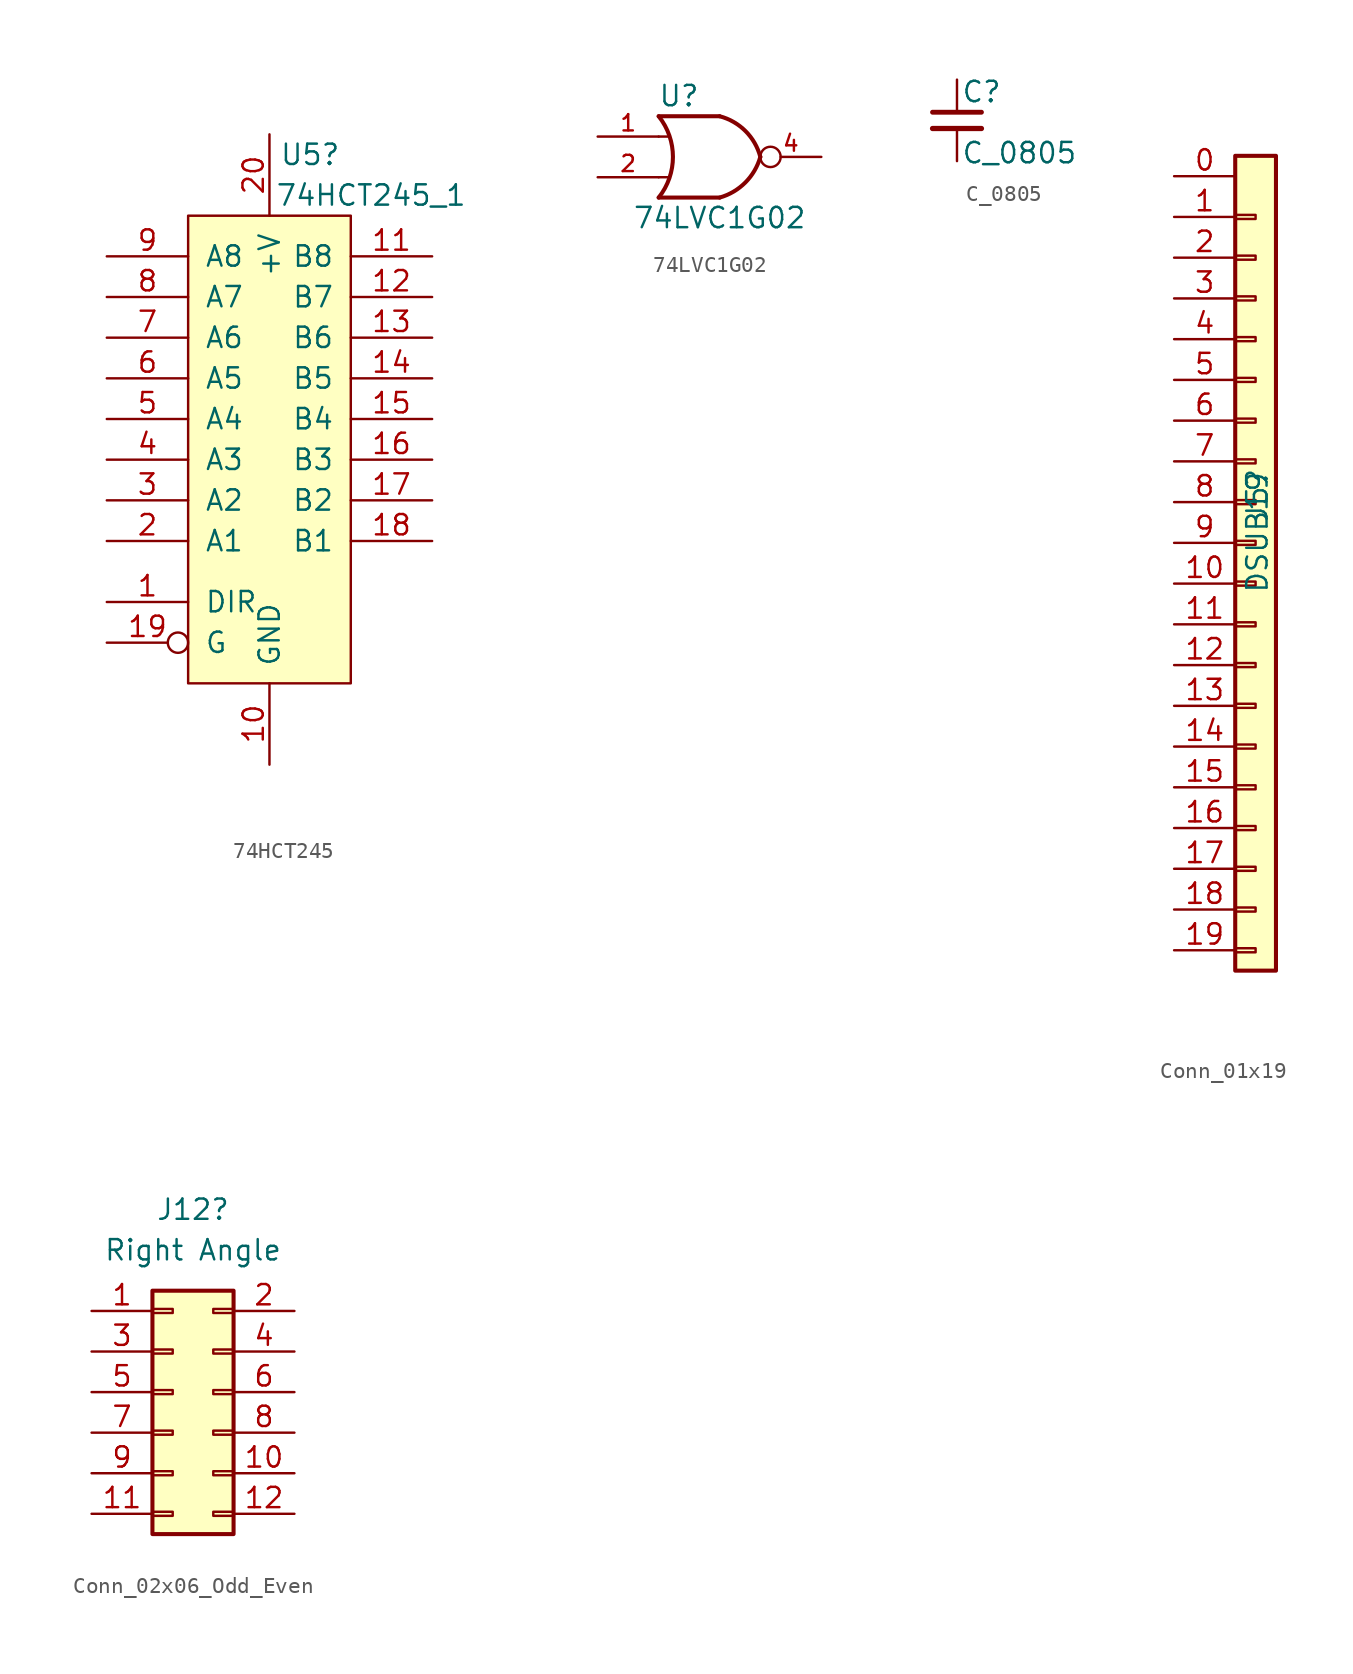
<source format=kicad_sym>
(kicad_symbol_lib
  (version 20220914)
  (generator kicad_symbol_editor)
  (symbol "74HCT245"
    (pin_names
      (offset 1.016))
    (property "Reference" "U5"
      (at 2.54 19.05 0)
      (effects (font (size 1.27 1.27))))
    (property "Value" "74HCT245_1"
      (at 6.35 16.51 0)
      (effects (font (size 1.27 1.27))))
    (symbol "74HCT245_0_0"
      (rectangle (start -5.08 15.24) (end 5.08 -13.97) (stroke (width 0) (type default)) (fill (type background))))
    (symbol "74HCT245_1_1"
      (pin input line (at -10.16 -8.89 0) (length 5.08) (name "DIR" (effects (font (size 1.27 1.27)))) (number "1" (effects (font (size 1.27 1.27)))))
      (pin power_in line (at 0 -19.05 90) (length 5.08) (name "GND" (effects (font (size 1.27 1.27)))) (number "10" (effects (font (size 1.27 1.27)))))
      (pin bidirectional line (at 10.16 12.7 180) (length 5.08) (name "B8" (effects (font (size 1.27 1.27)))) (number "11" (effects (font (size 1.27 1.27)))))
      (pin bidirectional line (at 10.16 10.16 180) (length 5.08) (name "B7" (effects (font (size 1.27 1.27)))) (number "12" (effects (font (size 1.27 1.27)))))
      (pin bidirectional line (at 10.16 7.62 180) (length 5.08) (name "B6" (effects (font (size 1.27 1.27)))) (number "13" (effects (font (size 1.27 1.27)))))
      (pin bidirectional line (at 10.16 5.08 180) (length 5.08) (name "B5" (effects (font (size 1.27 1.27)))) (number "14" (effects (font (size 1.27 1.27)))))
      (pin bidirectional line (at 10.16 2.54 180) (length 5.08) (name "B4" (effects (font (size 1.27 1.27)))) (number "15" (effects (font (size 1.27 1.27)))))
      (pin bidirectional line (at 10.16 0 180) (length 5.08) (name "B3" (effects (font (size 1.27 1.27)))) (number "16" (effects (font (size 1.27 1.27)))))
      (pin bidirectional line (at 10.16 -2.54 180) (length 5.08) (name "B2" (effects (font (size 1.27 1.27)))) (number "17" (effects (font (size 1.27 1.27)))))
      (pin bidirectional line (at 10.16 -5.08 180) (length 5.08) (name "B1" (effects (font (size 1.27 1.27)))) (number "18" (effects (font (size 1.27 1.27)))))
      (pin input inverted (at -10.16 -11.43 0) (length 5.08) (name "G" (effects (font (size 1.27 1.27)))) (number "19" (effects (font (size 1.27 1.27)))))
      (pin bidirectional line (at -10.16 -5.08 0) (length 5.08) (name "A1" (effects (font (size 1.27 1.27)))) (number "2" (effects (font (size 1.27 1.27)))))
      (pin power_in line (at 0 20.32 270) (length 5.08) (name "+V" (effects (font (size 1.27 1.27)))) (number "20" (effects (font (size 1.27 1.27)))))
      (pin bidirectional line (at -10.16 -2.54 0) (length 5.08) (name "A2" (effects (font (size 1.27 1.27)))) (number "3" (effects (font (size 1.27 1.27)))))
      (pin bidirectional line (at -10.16 0 0) (length 5.08) (name "A3" (effects (font (size 1.27 1.27)))) (number "4" (effects (font (size 1.27 1.27)))))
      (pin bidirectional line (at -10.16 2.54 0) (length 5.08) (name "A4" (effects (font (size 1.27 1.27)))) (number "5" (effects (font (size 1.27 1.27)))))
      (pin bidirectional line (at -10.16 5.08 0) (length 5.08) (name "A5" (effects (font (size 1.27 1.27)))) (number "6" (effects (font (size 1.27 1.27)))))
      (pin bidirectional line (at -10.16 7.62 0) (length 5.08) (name "A6" (effects (font (size 1.27 1.27)))) (number "7" (effects (font (size 1.27 1.27)))))
      (pin bidirectional line (at -10.16 10.16 0) (length 5.08) (name "A7" (effects (font (size 1.27 1.27)))) (number "8" (effects (font (size 1.27 1.27)))))
      (pin bidirectional line (at -10.16 12.7 0) (length 5.08) (name "A8" (effects (font (size 1.27 1.27)))) (number "9" (effects (font (size 1.27 1.27)))))))
  (symbol "74LVC1G02"
    (pin_names
      (offset 1.016))
    (property "Reference" "U"
      (at -2.54 3.81 0)
      (effects (font (size 1.27 1.27))))
    (property "Value" "74LVC1G02"
      (at 0 -3.81 0)
      (effects (font (size 1.27 1.27))))
    (symbol "74LVC1G02_0_1"
      (arc (start -3.81 -2.54) (mid -2.919 0) (end -3.81 2.54) (stroke (width 0.254) (type default)) (fill (type none)))
      (arc (start 0 -2.54) (mid 1.601 -1.601) (end 2.54 0) (stroke (width 0.254) (type default)) (fill (type none)))
      (polyline (pts (xy -3.81 -1.27) (xy -3.175 -1.27)) (stroke (width 0) (type default)) (fill (type none)))
      (polyline (pts (xy -3.81 1.27) (xy -3.175 1.27)) (stroke (width 0) (type default)) (fill (type none)))
      (polyline (pts (xy 0 -2.54) (xy -3.81 -2.54)) (stroke (width 0.254) (type default)) (fill (type background)))
      (polyline (pts (xy 0 2.54) (xy -3.81 2.54)) (stroke (width 0.254) (type default)) (fill (type background)))
      (arc (start 2.54 0) (mid 1.6136 1.6136) (end 0 2.54) (stroke (width 0.254) (type default)) (fill (type none))))
    (symbol "74LVC1G02_1_1"
      (pin input line (at -7.62 1.27 0) (length 3.81) (name "~" (effects (font (size 1.016 1.016)))) (number "1" (effects (font (size 1.016 1.016)))))
      (pin input line (at -7.62 -1.27 0) (length 3.81) (name "~" (effects (font (size 1.016 1.016)))) (number "2" (effects (font (size 1.016 1.016)))))
      (pin power_in line (at 0 -2.54 270) (length 0) hide (name "GND" (effects (font (size 1.016 1.016)))) (number "3" (effects (font (size 1.016 1.016)))))
      (pin output inverted (at 6.35 0 180) (length 3.81) (name "~" (effects (font (size 1.016 1.016)))) (number "4" (effects (font (size 1.016 1.016)))))
      (pin power_in line (at 0 2.54 90) (length 0) hide (name "+5V" (effects (font (size 1.016 1.016)))) (number "5" (effects (font (size 1.016 1.016)))))))
  (symbol "C_0805"
    (pin_numbers hide)
    (pin_names
      (offset 0.254) hide)
    (property "Reference" "C"
      (at 0.254 1.778 0)
      (effects (font (size 1.27 1.27)) (justify left)))
    (property "Value" "C_0805"
      (at 0.254 -2.032 0)
      (effects (font (size 1.27 1.27)) (justify left)))
    (symbol "C_0805_0_1"
      (polyline (pts (xy -1.524 -0.508) (xy 1.524 -0.508)) (stroke (width 0.33) (type default)) (fill (type none)))
      (polyline (pts (xy -1.524 0.508) (xy 1.524 0.508)) (stroke (width 0.305) (type default)) (fill (type none))))
    (symbol "C_0805_1_1"
      (pin passive line (at 0 2.54 270) (length 2.032) (name "~" (effects (font (size 1.27 1.27)))) (number "1" (effects (font (size 1.27 1.27)))))
      (pin passive line (at 0 -2.54 90) (length 2.032) (name "~" (effects (font (size 1.27 1.27)))) (number "2" (effects (font (size 1.27 1.27)))))))
  (symbol "Conn_01x19"
    (pin_names
      (offset 1.016) hide)
    (property "Reference" "J5"
      (at 0.102 5.512 90)
      (effects (font (size 1.27 1.27))))
    (property "Value" "DSUB19"
      (at 0.102 3.2 90)
      (effects (font (size 1.27 1.27))))
    (symbol "Conn_01x19_1_1"
      (rectangle (start -1.27 -22.733) (end 0 -22.987) (stroke (width 0.152) (type default)) (fill (type none)))
      (rectangle (start -1.27 -20.193) (end 0 -20.447) (stroke (width 0.152) (type default)) (fill (type none)))
      (rectangle (start -1.27 -17.653) (end 0 -17.907) (stroke (width 0.152) (type default)) (fill (type none)))
      (rectangle (start -1.27 -15.113) (end 0 -15.367) (stroke (width 0.152) (type default)) (fill (type none)))
      (rectangle (start -1.27 -12.573) (end 0 -12.827) (stroke (width 0.152) (type default)) (fill (type none)))
      (rectangle (start -1.27 -10.033) (end 0 -10.287) (stroke (width 0.152) (type default)) (fill (type none)))
      (rectangle (start -1.27 -7.493) (end 0 -7.747) (stroke (width 0.152) (type default)) (fill (type none)))
      (rectangle (start -1.27 -4.953) (end 0 -5.207) (stroke (width 0.152) (type default)) (fill (type none)))
      (rectangle (start -1.27 -2.413) (end 0 -2.667) (stroke (width 0.152) (type default)) (fill (type none)))
      (rectangle (start -1.27 0.127) (end 0 -0.127) (stroke (width 0.152) (type default)) (fill (type none)))
      (rectangle (start -1.27 2.667) (end 0 2.413) (stroke (width 0.152) (type default)) (fill (type none)))
      (rectangle (start -1.27 5.207) (end 0 4.953) (stroke (width 0.152) (type default)) (fill (type none)))
      (rectangle (start -1.27 7.747) (end 0 7.493) (stroke (width 0.152) (type default)) (fill (type none)))
      (rectangle (start -1.27 10.287) (end 0 10.033) (stroke (width 0.152) (type default)) (fill (type none)))
      (rectangle (start -1.27 12.827) (end 0 12.573) (stroke (width 0.152) (type default)) (fill (type none)))
      (rectangle (start -1.27 15.367) (end 0 15.113) (stroke (width 0.152) (type default)) (fill (type none)))
      (rectangle (start -1.27 17.907) (end 0 17.653) (stroke (width 0.152) (type default)) (fill (type none)))
      (rectangle (start -1.27 20.447) (end 0 20.193) (stroke (width 0.152) (type default)) (fill (type none)))
      (rectangle (start -1.27 22.987) (end 0 22.733) (stroke (width 0.152) (type default)) (fill (type none)))
      (rectangle (start -1.27 26.67) (end 1.27 -24.13) (stroke (width 0.254) (type default)) (fill (type background)))
      (pin passive line (at -5.08 25.4 0) (length 3.81) (name "" (effects (font (size 1.27 1.27)))) (number "0" (effects (font (size 1.27 1.27)))))
      (pin passive line (at -5.08 22.86 0) (length 3.81) (name "Pin_1" (effects (font (size 1.27 1.27)))) (number "1" (effects (font (size 1.27 1.27)))))
      (pin passive line (at -5.08 0 0) (length 3.81) (name "Pin_10" (effects (font (size 1.27 1.27)))) (number "10" (effects (font (size 1.27 1.27)))))
      (pin passive line (at -5.08 -2.54 0) (length 3.81) (name "Pin_11" (effects (font (size 1.27 1.27)))) (number "11" (effects (font (size 1.27 1.27)))))
      (pin passive line (at -5.08 -5.08 0) (length 3.81) (name "Pin_12" (effects (font (size 1.27 1.27)))) (number "12" (effects (font (size 1.27 1.27)))))
      (pin passive line (at -5.08 -7.62 0) (length 3.81) (name "Pin_13" (effects (font (size 1.27 1.27)))) (number "13" (effects (font (size 1.27 1.27)))))
      (pin passive line (at -5.08 -10.16 0) (length 3.81) (name "Pin_14" (effects (font (size 1.27 1.27)))) (number "14" (effects (font (size 1.27 1.27)))))
      (pin passive line (at -5.08 -12.7 0) (length 3.81) (name "Pin_15" (effects (font (size 1.27 1.27)))) (number "15" (effects (font (size 1.27 1.27)))))
      (pin passive line (at -5.08 -15.24 0) (length 3.81) (name "Pin_16" (effects (font (size 1.27 1.27)))) (number "16" (effects (font (size 1.27 1.27)))))
      (pin passive line (at -5.08 -17.78 0) (length 3.81) (name "Pin_17" (effects (font (size 1.27 1.27)))) (number "17" (effects (font (size 1.27 1.27)))))
      (pin passive line (at -5.08 -20.32 0) (length 3.81) (name "Pin_18" (effects (font (size 1.27 1.27)))) (number "18" (effects (font (size 1.27 1.27)))))
      (pin passive line (at -5.08 -22.86 0) (length 3.81) (name "Pin_19" (effects (font (size 1.27 1.27)))) (number "19" (effects (font (size 1.27 1.27)))))
      (pin passive line (at -5.08 20.32 0) (length 3.81) (name "Pin_2" (effects (font (size 1.27 1.27)))) (number "2" (effects (font (size 1.27 1.27)))))
      (pin passive line (at -5.08 17.78 0) (length 3.81) (name "Pin_3" (effects (font (size 1.27 1.27)))) (number "3" (effects (font (size 1.27 1.27)))))
      (pin passive line (at -5.08 15.24 0) (length 3.81) (name "Pin_4" (effects (font (size 1.27 1.27)))) (number "4" (effects (font (size 1.27 1.27)))))
      (pin passive line (at -5.08 12.7 0) (length 3.81) (name "Pin_5" (effects (font (size 1.27 1.27)))) (number "5" (effects (font (size 1.27 1.27)))))
      (pin passive line (at -5.08 10.16 0) (length 3.81) (name "Pin_6" (effects (font (size 1.27 1.27)))) (number "6" (effects (font (size 1.27 1.27)))))
      (pin passive line (at -5.08 7.62 0) (length 3.81) (name "Pin_7" (effects (font (size 1.27 1.27)))) (number "7" (effects (font (size 1.27 1.27)))))
      (pin passive line (at -5.08 5.08 0) (length 3.81) (name "Pin_8" (effects (font (size 1.27 1.27)))) (number "8" (effects (font (size 1.27 1.27)))))
      (pin passive line (at -5.08 2.54 0) (length 3.81) (name "Pin_9" (effects (font (size 1.27 1.27)))) (number "9" (effects (font (size 1.27 1.27)))))))
  (symbol "Conn_02x06_Odd_Even"
    (pin_names
      (offset 1.016) hide)
    (property "Reference" "J12"
      (at 1.27 11.43 0)
      (effects (font (size 1.27 1.27))))
    (property "Value" "Right Angle"
      (at 1.27 8.89 0)
      (effects (font (size 1.27 1.27))))
    (symbol "Conn_02x06_Odd_Even_1_1"
      (rectangle (start -1.27 -7.493) (end 0 -7.747) (stroke (width 0.152) (type default)) (fill (type none)))
      (rectangle (start -1.27 -4.953) (end 0 -5.207) (stroke (width 0.152) (type default)) (fill (type none)))
      (rectangle (start -1.27 -2.413) (end 0 -2.667) (stroke (width 0.152) (type default)) (fill (type none)))
      (rectangle (start -1.27 0.127) (end 0 -0.127) (stroke (width 0.152) (type default)) (fill (type none)))
      (rectangle (start -1.27 2.667) (end 0 2.413) (stroke (width 0.152) (type default)) (fill (type none)))
      (rectangle (start -1.27 5.207) (end 0 4.953) (stroke (width 0.152) (type default)) (fill (type none)))
      (rectangle (start -1.27 6.35) (end 3.81 -8.89) (stroke (width 0.254) (type default)) (fill (type background)))
      (rectangle (start 3.81 -7.493) (end 2.54 -7.747) (stroke (width 0.152) (type default)) (fill (type none)))
      (rectangle (start 3.81 -4.953) (end 2.54 -5.207) (stroke (width 0.152) (type default)) (fill (type none)))
      (rectangle (start 3.81 -2.413) (end 2.54 -2.667) (stroke (width 0.152) (type default)) (fill (type none)))
      (rectangle (start 3.81 0.127) (end 2.54 -0.127) (stroke (width 0.152) (type default)) (fill (type none)))
      (rectangle (start 3.81 2.667) (end 2.54 2.413) (stroke (width 0.152) (type default)) (fill (type none)))
      (rectangle (start 3.81 5.207) (end 2.54 4.953) (stroke (width 0.152) (type default)) (fill (type none)))
      (pin passive line (at -5.08 5.08 0) (length 3.81) (name "Pin_1" (effects (font (size 1.27 1.27)))) (number "1" (effects (font (size 1.27 1.27)))))
      (pin passive line (at 7.62 -5.08 180) (length 3.81) (name "Pin_10" (effects (font (size 1.27 1.27)))) (number "10" (effects (font (size 1.27 1.27)))))
      (pin passive line (at -5.08 -7.62 0) (length 3.81) (name "Pin_11" (effects (font (size 1.27 1.27)))) (number "11" (effects (font (size 1.27 1.27)))))
      (pin passive line (at 7.62 -7.62 180) (length 3.81) (name "Pin_12" (effects (font (size 1.27 1.27)))) (number "12" (effects (font (size 1.27 1.27)))))
      (pin passive line (at 7.62 5.08 180) (length 3.81) (name "Pin_2" (effects (font (size 1.27 1.27)))) (number "2" (effects (font (size 1.27 1.27)))))
      (pin passive line (at -5.08 2.54 0) (length 3.81) (name "Pin_3" (effects (font (size 1.27 1.27)))) (number "3" (effects (font (size 1.27 1.27)))))
      (pin passive line (at 7.62 2.54 180) (length 3.81) (name "Pin_4" (effects (font (size 1.27 1.27)))) (number "4" (effects (font (size 1.27 1.27)))))
      (pin passive line (at -5.08 0 0) (length 3.81) (name "Pin_5" (effects (font (size 1.27 1.27)))) (number "5" (effects (font (size 1.27 1.27)))))
      (pin passive line (at 7.62 0 180) (length 3.81) (name "Pin_6" (effects (font (size 1.27 1.27)))) (number "6" (effects (font (size 1.27 1.27)))))
      (pin passive line (at -5.08 -2.54 0) (length 3.81) (name "Pin_7" (effects (font (size 1.27 1.27)))) (number "7" (effects (font (size 1.27 1.27)))))
      (pin passive line (at 7.62 -2.54 180) (length 3.81) (name "Pin_8" (effects (font (size 1.27 1.27)))) (number "8" (effects (font (size 1.27 1.27)))))
      (pin passive line (at -5.08 -5.08 0) (length 3.81) (name "Pin_9" (effects (font (size 1.27 1.27)))) (number "9" (effects (font (size 1.27 1.27))))))))
</source>
